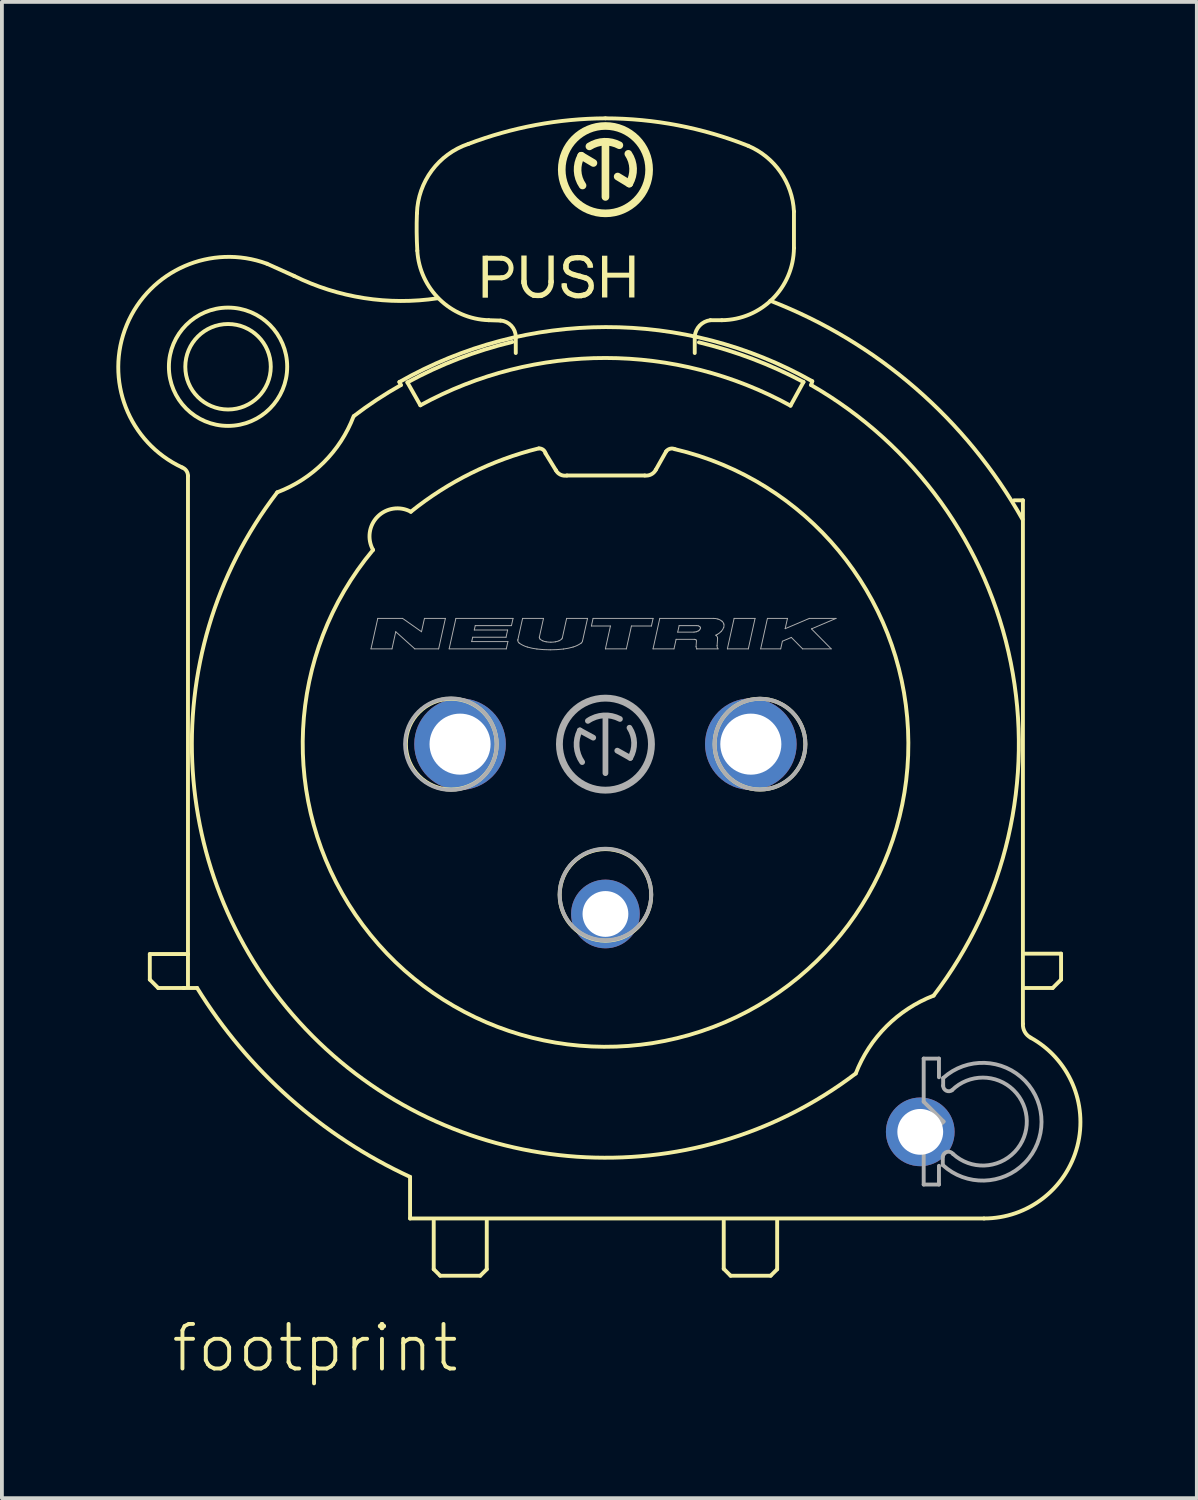
<source format=kicad_pcb>
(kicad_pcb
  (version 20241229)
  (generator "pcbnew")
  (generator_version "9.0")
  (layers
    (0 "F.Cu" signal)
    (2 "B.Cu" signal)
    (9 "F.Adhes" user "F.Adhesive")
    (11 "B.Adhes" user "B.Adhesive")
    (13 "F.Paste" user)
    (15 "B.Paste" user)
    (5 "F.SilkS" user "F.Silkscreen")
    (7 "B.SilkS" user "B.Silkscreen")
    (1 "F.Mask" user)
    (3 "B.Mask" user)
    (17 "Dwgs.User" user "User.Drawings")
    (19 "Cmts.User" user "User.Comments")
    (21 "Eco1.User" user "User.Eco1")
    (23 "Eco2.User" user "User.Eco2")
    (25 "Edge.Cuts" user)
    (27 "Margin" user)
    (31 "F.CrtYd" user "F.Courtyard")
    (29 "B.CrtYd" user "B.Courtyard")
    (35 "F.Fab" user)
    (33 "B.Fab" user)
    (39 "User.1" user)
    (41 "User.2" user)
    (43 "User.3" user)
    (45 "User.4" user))
  (footprint "footprint"
    (layer "F.Cu")
    (at 12.816 16.451)
    (property "Reference" "footprint" (at -11.43 16.51 0) (layer "F.SilkS") (effects (font (size 1.168 1.168) (thickness 0.102)) (justify left bottom)))
    (fp_line (start -11.94 5.5) (end -10.94 5.5) (stroke (width 0.102) (type solid)) (layer "F.SilkS"))
    (fp_line (start -11.94 6.17) (end -11.94 5.5) (stroke (width 0.102) (type solid)) (layer "F.SilkS"))
    (fp_line (start -11.72 6.39) (end -11.94 6.17) (stroke (width 0.102) (type solid)) (layer "F.SilkS"))
    (fp_line (start -11.05 6.39) (end -11.72 6.39) (stroke (width 0.102) (type solid)) (layer "F.SilkS"))
    (fp_line (start -11.05 6.39) (end -10.7 6.39) (stroke (width 0.102) (type solid)) (layer "F.SilkS"))
    (fp_line (start -11.04 6.39) (end -11.05 6.39) (stroke (width 0.102) (type solid)) (layer "F.SilkS"))
    (fp_line (start -10.94 5.5) (end -10.94 -7.03) (stroke (width 0.102) (type solid)) (layer "F.SilkS"))
    (fp_line (start -10.94 6.35) (end -10.94 5.52) (stroke (width 0.102) (type solid)) (layer "F.SilkS"))
    (fp_line (start -5.4 -9.49) (end -5.36 -9.41) (stroke (width 0.102) (type solid)) (layer "F.SilkS"))
    (fp_line (start -5.19 -9.48) (end -4.85 -8.88) (stroke (width 0.102) (type solid)) (layer "F.SilkS"))
    (fp_line (start -5.12 11.34) (end -5.12 12.43) (stroke (width 0.102) (type solid)) (layer "F.SilkS"))
    (fp_line (start -5.12 12.43) (end 9.92 12.43) (stroke (width 0.102) (type solid)) (layer "F.SilkS"))
    (fp_line (start -4.5 12.49) (end -4.5 13.76) (stroke (width 0.102) (type solid)) (layer "F.SilkS"))
    (fp_line (start -4.5 13.76) (end -4.33 13.93) (stroke (width 0.102) (type solid)) (layer "F.SilkS"))
    (fp_line (start -4.33 13.93) (end -3.28 13.93) (stroke (width 0.102) (type solid)) (layer "F.SilkS"))
    (fp_line (start -3.28 13.93) (end -3.11 13.76) (stroke (width 0.102) (type solid)) (layer "F.SilkS"))
    (fp_line (start -3.13 -12.735) (end -2.73 -12.735) (stroke (width 0.13) (type solid)) (layer "F.SilkS"))
    (fp_line (start -3.11 13.76) (end -3.11 12.47) (stroke (width 0.102) (type solid)) (layer "F.SilkS"))
    (fp_line (start -2.75 -11.1) (end -3.06 -11.11) (stroke (width 0.102) (type solid)) (layer "F.SilkS"))
    (fp_line (start -2.72 -12.22) (end -3.11 -12.22) (stroke (width 0.13) (type solid)) (layer "F.SilkS"))
    (fp_line (start -2.35 -10.25) (end -2.35 -10.67) (stroke (width 0.102) (type solid)) (layer "F.SilkS"))
    (fp_line (start -1.3 -7.18) (end -1.57 -7.62) (stroke (width 0.102) (type solid)) (layer "F.SilkS"))
    (fp_line (start -1.08 -12.01) (end -1.075 -11.985) (stroke (width 0.14) (type solid)) (layer "F.SilkS"))
    (fp_line (start -0.315 -15.23) (end -0.635 -15.42) (stroke (width 0.2) (type solid)) (layer "F.SilkS"))
    (fp_line (start 0 -14.34) (end 0 -15.73) (stroke (width 0.2) (type solid)) (layer "F.SilkS"))
    (fp_line (start 0.32 -14.875) (end 0.625 -14.69) (stroke (width 0.2) (type solid)) (layer "F.SilkS"))
    (fp_line (start 1.03 -7.04) (end -1.01 -7.04) (stroke (width 0.102) (type solid)) (layer "F.SilkS"))
    (fp_line (start 1.59 -7.67) (end 1.32 -7.19) (stroke (width 0.102) (type solid)) (layer "F.SilkS"))
    (fp_line (start 3.1 12.49) (end 3.1 13.75) (stroke (width 0.102) (type solid)) (layer "F.SilkS"))
    (fp_line (start 3.1 13.75) (end 3.28 13.93) (stroke (width 0.102) (type solid)) (layer "F.SilkS"))
    (fp_line (start 3.28 13.93) (end 4.33 13.93) (stroke (width 0.102) (type solid)) (layer "F.SilkS"))
    (fp_line (start 4.33 13.93) (end 4.5 13.76) (stroke (width 0.102) (type solid)) (layer "F.SilkS"))
    (fp_line (start 4.5 13.76) (end 4.5 12.48) (stroke (width 0.102) (type solid)) (layer "F.SilkS"))
    (fp_line (start 4.85 -8.87) (end 5.19 -9.49) (stroke (width 0.102) (type solid)) (layer "F.SilkS"))
    (fp_line (start 4.94 -13.96) (end 4.94 -13) (stroke (width 0.102) (type solid)) (layer "F.SilkS"))
    (fp_line (start 5.39 -9.41) (end 5.42 -9.51) (stroke (width 0.102) (type solid)) (layer "F.SilkS"))
    (fp_line (start 10.94 -6.39) (end 10.71 -6.39) (stroke (width 0.102) (type solid)) (layer "F.SilkS"))
    (fp_line (start 10.94 7.33) (end 10.94 -6.39) (stroke (width 0.102) (type solid)) (layer "F.SilkS"))
    (fp_line (start 10.99 6.39) (end 11.72 6.39) (stroke (width 0.102) (type solid)) (layer "F.SilkS"))
    (fp_line (start 11.72 6.39) (end 11.94 6.17) (stroke (width 0.102) (type solid)) (layer "F.SilkS"))
    (fp_line (start 11.94 5.49) (end 10.99 5.49) (stroke (width 0.102) (type solid)) (layer "F.SilkS"))
    (fp_line (start 11.94 6.17) (end 11.94 5.49) (stroke (width 0.102) (type solid)) (layer "F.SilkS"))
    (fp_arc (start -11.090001 -7.25) (mid -10.981063 -7.163139) (end -10.94 -7.03) (stroke (width 0.1016) (type solid)) (layer "F.SilkS"))
    (fp_arc (start -11.09 -7.25) (mid -12.543512 -10.985729) (end -8.87 -12.59) (stroke (width 0.1016) (type solid)) (layer "F.SilkS"))
    (fp_arc (start -8.87 -12.59) (mid -8.514255 -12.431652) (end -8.16 -12.27) (stroke (width 0.1016) (type solid)) (layer "F.SilkS"))
    (fp_arc (start -6.600001 -8.589999) (mid -7.385884 -7.379807) (end -8.6 -6.6) (stroke (width 0.1016) (type solid)) (layer "F.SilkS"))
    (fp_arc (start -6.59 -8.6) (mid -5.989419 -9.026896) (end -5.36 -9.41) (stroke (width 0.1016) (type solid)) (layer "F.SilkS"))
    (fp_arc (start -6.09 -5.09) (mid -5.970889 -5.96213) (end -5.1 -6.09) (stroke (width 0.1016) (type solid)) (layer "F.SilkS"))
    (fp_arc (start -5.4 -9.49) (mid 0.007357 -10.929608) (end 5.42 -9.51) (stroke (width 0.1016) (type solid)) (layer "F.SilkS"))
    (fp_arc (start -5.19 -9.48) (mid -3.849731 -10.100104) (end -2.44 -10.54) (stroke (width 0.1016) (type solid)) (layer "F.SilkS"))
    (fp_arc (start -5.12 11.34) (mid -8.274827 9.27626) (end -10.7 6.39) (stroke (width 0.1016) (type solid)) (layer "F.SilkS"))
    (fp_arc (start -5.1 -6.09) (mid -3.515654 -7.102947) (end -1.75 -7.75) (stroke (width 0.1016) (type solid)) (layer "F.SilkS"))
    (fp_arc (start -4.94 -13.91) (mid -4.550179 -15.031535) (end -3.589998 -15.73) (stroke (width 0.1016) (type solid)) (layer "F.SilkS"))
    (fp_arc (start -4.93 -12.93) (mid -4.946992 -13.419878) (end -4.94 -13.91) (stroke (width 0.1016) (type solid)) (layer "F.SilkS"))
    (fp_arc (start -4.85 -8.88) (mid 0.001283 -10.119665) (end 4.850001 -8.870001) (stroke (width 0.1016) (type solid)) (layer "F.SilkS"))
    (fp_arc (start -4.3995 -11.6841) (mid -6.324542 -11.689559) (end -8.16 -12.27) (stroke (width 0.1016) (type solid)) (layer "F.SilkS"))
    (fp_arc (start -3.59 -15.73) (mid -1.825069 -16.226116) (end 0 -16.4) (stroke (width 0.1016) (type solid)) (layer "F.SilkS"))
    (fp_arc (start -3.06 -11.11) (mid -4.347877 -11.657428) (end -4.929998 -12.93) (stroke (width 0.1016) (type solid)) (layer "F.SilkS"))
    (fp_arc (start -2.75 -11.1) (mid -2.465454 -10.963647) (end -2.35 -10.67) (stroke (width 0.1016) (type solid)) (layer "F.SilkS"))
    (fp_arc (start -2.73 -12.735) (mid -2.47245 -12.482404) (end -2.719998 -12.219998) (stroke (width 0.13) (type solid)) (layer "F.SilkS"))
    (fp_arc (start -1.88 -11.765) (mid -2.064528 -11.907658) (end -2.135 -12.13) (stroke (width 0.14) (type solid)) (layer "F.SilkS"))
    (fp_arc (start -1.739999 -7.749999) (mid -1.632374 -7.714587) (end -1.57 -7.62) (stroke (width 0.1016) (type solid)) (layer "F.SilkS"))
    (fp_arc (start -1.69 -11.76) (mid -1.785118 -11.758012) (end -1.88 -11.765) (stroke (width 0.14) (type solid)) (layer "F.SilkS"))
    (fp_arc (start -1.425 -12.13) (mid -1.491164 -11.897489) (end -1.69 -11.76) (stroke (width 0.14) (type solid)) (layer "F.SilkS"))
    (fp_arc (start -1.035 -12.545) (mid -1.023241 -12.602997) (end -0.994999 -12.655) (stroke (width 0.14) (type solid)) (layer "F.SilkS"))
    (fp_arc (start -1.035 -12.475) (mid -1.035897 -12.51) (end -1.035 -12.545) (stroke (width 0.14) (type solid)) (layer "F.SilkS"))
    (fp_arc (start -1.01 -7.04) (mid -1.178221 -7.061899) (end -1.299999 -7.18) (stroke (width 0.1016) (type solid)) (layer "F.SilkS"))
    (fp_arc (start -0.995 -12.655) (mid -0.944061 -12.70256) (end -0.88 -12.73) (stroke (width 0.14) (type solid)) (layer "F.SilkS"))
    (fp_arc (start -0.98 -12.375) (mid -1.018984 -12.418684) (end -1.035 -12.475001) (stroke (width 0.14) (type solid)) (layer "F.SilkS"))
    (fp_arc (start -0.945 -11.809999) (mid -1.02964 -11.88291) (end -1.075 -11.985) (stroke (width 0.14) (type solid)) (layer "F.SilkS"))
    (fp_arc (start -0.88 -12.73) (mid -0.805495 -12.743715) (end -0.73 -12.75) (stroke (width 0.14) (type solid)) (layer "F.SilkS"))
    (fp_arc (start -0.835 -12.305) (mid -0.91042 -12.33395) (end -0.98 -12.375) (stroke (width 0.14) (type solid)) (layer "F.SilkS"))
    (fp_arc (start -0.785 -11.755) (mid -0.867193 -11.776119) (end -0.945 -11.81) (stroke (width 0.14) (type solid)) (layer "F.SilkS"))
    (fp_arc (start -0.73 -12.75) (mid -0.654498 -12.747518) (end -0.58 -12.735) (stroke (width 0.14) (type solid)) (layer "F.SilkS"))
    (fp_arc (start -0.67 -12.26) (mid -0.752692 -12.281798) (end -0.835 -12.305) (stroke (width 0.14) (type solid)) (layer "F.SilkS"))
    (fp_arc (start -0.67 -12.26) (mid -0.592125 -12.238792) (end -0.515 -12.215) (stroke (width 0.14) (type solid)) (layer "F.SilkS"))
    (fp_arc (start -0.635 -11.755) (mid -0.71 -11.748536) (end -0.785 -11.755) (stroke (width 0.14) (type solid)) (layer "F.SilkS"))
    (fp_arc (start -0.600001 -14.640001) (mid -0.729534 -15.024974) (end -0.635 -15.42) (stroke (width 0.2) (type solid)) (layer "F.SilkS"))
    (fp_arc (start -0.58 -12.735) (mid -0.52536 -12.712732) (end -0.479999 -12.675) (stroke (width 0.14) (type solid)) (layer "F.SilkS"))
    (fp_arc (start -0.545 -11.775) (mid -0.589766 -11.763948) (end -0.635 -11.755) (stroke (width 0.14) (type solid)) (layer "F.SilkS"))
    (fp_arc (start -0.515 -12.214999) (mid -0.440004 -12.171082) (end -0.39 -12.1) (stroke (width 0.14) (type solid)) (layer "F.SilkS"))
    (fp_arc (start -0.48 -12.675) (mid -0.448393 -12.636205) (end -0.42 -12.595) (stroke (width 0.14) (type solid)) (layer "F.SilkS"))
    (fp_arc (start -0.42 -15.665) (mid -0.031557 -15.786174) (end 0.365001 -15.695) (stroke (width 0.2) (type solid)) (layer "F.SilkS"))
    (fp_arc (start -0.42 -12.595) (mid -0.409613 -12.577721) (end -0.4 -12.56) (stroke (width 0.14) (type solid)) (layer "F.SilkS"))
    (fp_arc (start -0.42 -11.865) (mid -0.474346 -11.808675) (end -0.545 -11.775) (stroke (width 0.14) (type solid)) (layer "F.SilkS"))
    (fp_arc (start -0.39 -12.1) (mid -0.372108 -12.017966) (end -0.385 -11.935) (stroke (width 0.14) (type solid)) (layer "F.SilkS"))
    (fp_arc (start -0.385 -11.935) (mid -0.40031 -11.898905) (end -0.42 -11.865) (stroke (width 0.14) (type solid)) (layer "F.SilkS"))
    (fp_arc (start 0 -16.4) (mid 1.903896 -16.21607) (end 3.74 -15.68) (stroke (width 0.1016) (type solid)) (layer "F.SilkS"))
    (fp_arc (start 0.6 -15.469999) (mid 0.725239 -15.083613) (end 0.625 -14.69) (stroke (width 0.2) (type solid)) (layer "F.SilkS"))
    (fp_arc (start 1.32 -7.19) (mid 1.198655 -7.069267) (end 1.03 -7.04) (stroke (width 0.1016) (type solid)) (layer "F.SilkS"))
    (fp_arc (start 1.59 -7.67) (mid 1.694294 -7.741041) (end 1.82 -7.73) (stroke (width 0.1016) (type solid)) (layer "F.SilkS"))
    (fp_arc (start 1.820001 -7.729999) (mid 2.514914 7.522132) (end -6.09 -5.09) (stroke (width 0.1016) (type solid)) (layer "F.SilkS"))
    (fp_arc (start 2.339999 -10.680001) (mid 2.468258 -10.968173) (end 2.75 -11.11) (stroke (width 0.1016) (type solid)) (layer "F.SilkS"))
    (fp_arc (start 2.34 -10.68) (mid 2.341373 -10.465) (end 2.34 -10.25) (stroke (width 0.1016) (type solid)) (layer "F.SilkS"))
    (fp_arc (start 2.45 -10.53) (mid 3.852843 -10.096528) (end 5.19 -9.49) (stroke (width 0.1016) (type solid)) (layer "F.SilkS"))
    (fp_arc (start 2.75 -11.11) (mid 2.9 -11.110782) (end 3.05 -11.11) (stroke (width 0.1016) (type solid)) (layer "F.SilkS"))
    (fp_arc (start 3.74 -15.68) (mid 4.587041 -14.992353) (end 4.94 -13.959999) (stroke (width 0.1016) (type solid)) (layer "F.SilkS"))
    (fp_arc (start 4.3216 -11.6192) (mid 8.124315 -9.329617) (end 10.929999 -5.89) (stroke (width 0.1016) (type solid)) (layer "F.SilkS"))
    (fp_arc (start 4.94 -13) (mid 4.380591 -11.669408) (end 3.049999 -11.109999) (stroke (width 0.1016) (type solid)) (layer "F.SilkS"))
    (fp_arc (start 5.390001 -9.409999) (mid 10.621564 -2.137578) (end 8.6 6.59) (stroke (width 0.1016) (type solid)) (layer "F.SilkS"))
    (fp_arc (start 6.559998 8.630002) (mid -7.680583 7.644968) (end -8.6 -6.6) (stroke (width 0.1016) (type solid)) (layer "F.SilkS"))
    (fp_arc (start 6.56 8.63) (mid 7.3644 7.3944) (end 8.6 6.59) (stroke (width 0.1016) (type solid)) (layer "F.SilkS"))
    (fp_arc (start 11.14 7.689999) (mid 12.367244 10.532876) (end 9.92 12.43) (stroke (width 0.1016) (type solid)) (layer "F.SilkS"))
    (fp_arc (start 11.14 7.69) (mid 10.988255 7.538747) (end 10.94 7.33) (stroke (width 0.1016) (type solid)) (layer "F.SilkS"))
    (fp_circle (center -9.89 -9.89) (end -8.77 -9.89) (stroke (width 0.102) (type solid)) (fill no) (layer "F.SilkS"))
    (fp_circle (center -9.89 -9.89) (end -8.34 -9.89) (stroke (width 0.102) (type solid)) (fill no) (layer "F.SilkS"))
    (fp_circle (center -4.04 0) (end -2.85 0) (stroke (width 0.102) (type solid)) (fill no) (layer "F.SilkS"))
    (fp_circle (center 0 -15.055) (end 1.145 -15.055) (stroke (width 0.2) (type solid)) (fill no) (layer "F.SilkS"))
    (fp_circle (center 0 3.95) (end 1.2 3.95) (stroke (width 0.102) (type solid)) (fill no) (layer "F.SilkS"))
    (fp_circle (center 4.05 0) (end 5.24 0) (stroke (width 0.102) (type solid)) (fill no) (layer "F.SilkS"))
    (fp_poly (pts (xy -3.22 -11.7) (xy -3.08 -11.7) (xy -3.08 -12.8) (xy -3.22 -12.8)) (stroke (width 0) (type solid)) (fill yes) (layer "F.SilkS"))
    (fp_poly (pts (xy -2.205 -12.06) (xy -2.065 -12.06) (xy -2.065 -12.805) (xy -2.205 -12.805)) (stroke (width 0) (type solid)) (fill yes) (layer "F.SilkS"))
    (fp_poly (pts (xy -1.495 -12.08) (xy -1.355 -12.08) (xy -1.355 -12.805) (xy -1.495 -12.805)) (stroke (width 0) (type solid)) (fill yes) (layer "F.SilkS"))
    (fp_poly (pts (xy -1.15 -12.025) (xy -1.01 -12.025) (xy -1.01 -12.075) (xy -1.15 -12.075)) (stroke (width 0) (type solid)) (fill yes) (layer "F.SilkS"))
    (fp_poly (pts (xy -0.47 -12.485) (xy -0.325 -12.485) (xy -0.325 -12.545) (xy -0.47 -12.545)) (stroke (width 0) (type solid)) (fill yes) (layer "F.SilkS"))
    (fp_poly (pts (xy -0.09 -11.705) (xy 0.05 -11.705) (xy 0.05 -12.8) (xy -0.09 -12.8)) (stroke (width 0) (type solid)) (fill yes) (layer "F.SilkS"))
    (fp_poly (pts (xy 0.035 -12.225) (xy 0.64 -12.225) (xy 0.64 -12.355) (xy 0.035 -12.355)) (stroke (width 0) (type solid)) (fill yes) (layer "F.SilkS"))
    (fp_poly (pts (xy 0.62 -11.705) (xy 0.76 -11.705) (xy 0.76 -12.805) (xy 0.62 -12.805)) (stroke (width 0) (type solid)) (fill yes) (layer "F.SilkS"))
    (fp_line (start -6.144 -2.497) (end -5.966 -3.296) (stroke (width 0.025) (type solid)) (layer "F.Fab"))
    (fp_line (start -6.144 -2.497) (end -5.594 -2.497) (stroke (width 0.025) (type solid)) (layer "F.Fab"))
    (fp_line (start -5.966 -3.296) (end -5.317 -3.296) (stroke (width 0.025) (type solid)) (layer "F.Fab"))
    (fp_line (start -5.594 -2.497) (end -5.495 -2.946) (stroke (width 0.025) (type solid)) (layer "F.Fab"))
    (fp_line (start -5.495 -2.946) (end -4.995 -2.497) (stroke (width 0.025) (type solid)) (layer "F.Fab"))
    (fp_line (start -5.317 -3.296) (end -4.82 -2.946) (stroke (width 0.025) (type solid)) (layer "F.Fab"))
    (fp_line (start -4.995 -2.497) (end -4.371 -2.497) (stroke (width 0.025) (type solid)) (layer "F.Fab"))
    (fp_line (start -4.82 -2.946) (end -4.743 -3.296) (stroke (width 0.025) (type solid)) (layer "F.Fab"))
    (fp_line (start -4.743 -3.296) (end -4.194 -3.296) (stroke (width 0.025) (type solid)) (layer "F.Fab"))
    (fp_line (start -4.371 -2.497) (end -4.194 -3.296) (stroke (width 0.025) (type solid)) (layer "F.Fab"))
    (fp_line (start -4.096 -2.497) (end -3.919 -3.296) (stroke (width 0.025) (type solid)) (layer "F.Fab"))
    (fp_line (start -4.096 -2.497) (end -2.598 -2.497) (stroke (width 0.025) (type solid)) (layer "F.Fab"))
    (fp_line (start -3.919 -3.296) (end -2.421 -3.296) (stroke (width 0.025) (type solid)) (layer "F.Fab"))
    (fp_line (start -3.505 -2.687) (end -3.479 -2.802) (stroke (width 0.025) (type solid)) (layer "F.Fab"))
    (fp_line (start -3.505 -2.687) (end -2.556 -2.687) (stroke (width 0.025) (type solid)) (layer "F.Fab"))
    (fp_line (start -3.479 -2.802) (end -2.605 -2.802) (stroke (width 0.025) (type solid)) (layer "F.Fab"))
    (fp_line (start -3.437 -2.991) (end -3.412 -3.106) (stroke (width 0.025) (type solid)) (layer "F.Fab"))
    (fp_line (start -3.437 -2.991) (end -2.563 -2.991) (stroke (width 0.025) (type solid)) (layer "F.Fab"))
    (fp_line (start -3.412 -3.106) (end -2.463 -3.106) (stroke (width 0.025) (type solid)) (layer "F.Fab"))
    (fp_line (start -2.605 -2.802) (end -2.563 -2.991) (stroke (width 0.025) (type solid)) (layer "F.Fab"))
    (fp_line (start -2.598 -2.497) (end -2.556 -2.687) (stroke (width 0.025) (type solid)) (layer "F.Fab"))
    (fp_line (start -2.463 -3.106) (end -2.421 -3.296) (stroke (width 0.025) (type solid)) (layer "F.Fab"))
    (fp_line (start -2.294 -2.741) (end -2.171 -3.296) (stroke (width 0.025) (type solid)) (layer "F.Fab"))
    (fp_line (start -2.171 -3.296) (end -1.623 -3.296) (stroke (width 0.025) (type solid)) (layer "F.Fab"))
    (fp_line (start -1.731 -2.81) (end -1.623 -3.296) (stroke (width 0.025) (type solid)) (layer "F.Fab"))
    (fp_line (start -1.13 -2.784) (end -1.017 -3.296) (stroke (width 0.025) (type solid)) (layer "F.Fab"))
    (fp_line (start -1.017 -3.296) (end -0.469 -3.296) (stroke (width 0.025) (type solid)) (layer "F.Fab"))
    (fp_line (start -0.67 -0.36) (end -0.32 -0.17) (stroke (width 0.15) (type solid)) (layer "F.Fab"))
    (fp_line (start -0.601 -2.702) (end -0.469 -3.296) (stroke (width 0.025) (type solid)) (layer "F.Fab"))
    (fp_line (start -0.368 -3.096) (end -0.324 -3.296) (stroke (width 0.025) (type solid)) (layer "F.Fab"))
    (fp_line (start -0.368 -3.096) (end 0.131 -3.096) (stroke (width 0.025) (type solid)) (layer "F.Fab"))
    (fp_line (start -0.324 -3.296) (end 1.249 -3.296) (stroke (width 0.025) (type solid)) (layer "F.Fab"))
    (fp_line (start -0.001 -2.497) (end 0.131 -3.096) (stroke (width 0.025) (type solid)) (layer "F.Fab"))
    (fp_line (start -0.001 -2.497) (end 0.548 -2.497) (stroke (width 0.025) (type solid)) (layer "F.Fab"))
    (fp_line (start 0 0.76) (end 0 -0.74) (stroke (width 0.15) (type solid)) (layer "F.Fab"))
    (fp_line (start 0.31 0.17) (end 0.65 0.36) (stroke (width 0.15) (type solid)) (layer "F.Fab"))
    (fp_line (start 0.548 -2.497) (end 0.681 -3.096) (stroke (width 0.025) (type solid)) (layer "F.Fab"))
    (fp_line (start 0.681 -3.096) (end 1.205 -3.096) (stroke (width 0.025) (type solid)) (layer "F.Fab"))
    (fp_line (start 1.205 -3.096) (end 1.249 -3.296) (stroke (width 0.025) (type solid)) (layer "F.Fab"))
    (fp_line (start 1.247 -2.497) (end 1.424 -3.296) (stroke (width 0.025) (type solid)) (layer "F.Fab"))
    (fp_line (start 1.247 -2.497) (end 1.796 -2.497) (stroke (width 0.025) (type solid)) (layer "F.Fab"))
    (fp_line (start 1.424 -3.296) (end 2.826 -3.296) (stroke (width 0.025) (type solid)) (layer "F.Fab"))
    (fp_line (start 1.796 -2.497) (end 1.852 -2.747) (stroke (width 0.025) (type solid)) (layer "F.Fab"))
    (fp_line (start 1.852 -2.747) (end 2.328 -2.747) (stroke (width 0.025) (type solid)) (layer "F.Fab"))
    (fp_line (start 1.894 -2.936) (end 1.931 -3.106) (stroke (width 0.025) (type solid)) (layer "F.Fab"))
    (fp_line (start 1.894 -2.936) (end 2.321 -2.936) (stroke (width 0.025) (type solid)) (layer "F.Fab"))
    (fp_line (start 1.931 -3.106) (end 2.394 -3.106) (stroke (width 0.025) (type solid)) (layer "F.Fab"))
    (fp_line (start 2.375 -2.561) (end 2.385 -2.707) (stroke (width 0.025) (type solid)) (layer "F.Fab"))
    (fp_line (start 2.394 -2.497) (end 2.394 -2.497) (stroke (width 0.025) (type solid)) (layer "F.Fab"))
    (fp_line (start 2.394 -2.497) (end 2.95 -2.497) (stroke (width 0.025) (type solid)) (layer "F.Fab"))
    (fp_line (start 2.926 -2.581) (end 2.939 -2.767) (stroke (width 0.025) (type solid)) (layer "F.Fab"))
    (fp_line (start 3.195 -2.497) (end 3.372 -3.296) (stroke (width 0.025) (type solid)) (layer "F.Fab"))
    (fp_line (start 3.195 -2.497) (end 3.744 -2.497) (stroke (width 0.025) (type solid)) (layer "F.Fab"))
    (fp_line (start 3.372 -3.296) (end 3.921 -3.296) (stroke (width 0.025) (type solid)) (layer "F.Fab"))
    (fp_line (start 3.744 -2.497) (end 3.921 -3.296) (stroke (width 0.025) (type solid)) (layer "F.Fab"))
    (fp_line (start 4.068 -2.497) (end 4.245 -3.296) (stroke (width 0.025) (type solid)) (layer "F.Fab"))
    (fp_line (start 4.068 -2.497) (end 4.593 -2.497) (stroke (width 0.025) (type solid)) (layer "F.Fab"))
    (fp_line (start 4.245 -3.296) (end 4.77 -3.296) (stroke (width 0.025) (type solid)) (layer "F.Fab"))
    (fp_line (start 4.593 -2.497) (end 4.637 -2.697) (stroke (width 0.025) (type solid)) (layer "F.Fab"))
    (fp_line (start 4.637 -2.697) (end 4.871 -2.797) (stroke (width 0.025) (type solid)) (layer "F.Fab"))
    (fp_line (start 4.71 -3.026) (end 4.77 -3.296) (stroke (width 0.025) (type solid)) (layer "F.Fab"))
    (fp_line (start 4.71 -3.026) (end 5.344 -3.296) (stroke (width 0.025) (type solid)) (layer "F.Fab"))
    (fp_line (start 4.871 -2.797) (end 5.167 -2.497) (stroke (width 0.025) (type solid)) (layer "F.Fab"))
    (fp_line (start 5.167 -2.497) (end 5.916 -2.497) (stroke (width 0.025) (type solid)) (layer "F.Fab"))
    (fp_line (start 5.344 -3.296) (end 6.043 -3.296) (stroke (width 0.025) (type solid)) (layer "F.Fab"))
    (fp_line (start 5.399 -3.021) (end 5.916 -2.497) (stroke (width 0.025) (type solid)) (layer "F.Fab"))
    (fp_line (start 5.399 -3.021) (end 6.043 -3.296) (stroke (width 0.025) (type solid)) (layer "F.Fab"))
    (fp_line (start 8.34 8.24) (end 8.34 9.37) (stroke (width 0.102) (type solid)) (layer "F.Fab"))
    (fp_line (start 8.34 8.24) (end 8.74 8.24) (stroke (width 0.102) (type solid)) (layer "F.Fab"))
    (fp_line (start 8.34 9.37) (end 8.86 9.89) (stroke (width 0.102) (type solid)) (layer "F.Fab"))
    (fp_line (start 8.34 10.41) (end 8.34 11.54) (stroke (width 0.102) (type solid)) (layer "F.Fab"))
    (fp_line (start 8.34 11.54) (end 8.74 11.54) (stroke (width 0.102) (type solid)) (layer "F.Fab"))
    (fp_line (start 8.74 8.24) (end 8.74 8.73) (stroke (width 0.102) (type solid)) (layer "F.Fab"))
    (fp_line (start 8.74 11.54) (end 8.74 11.05) (stroke (width 0.102) (type solid)) (layer "F.Fab"))
    (fp_line (start 8.84 11.03) (end 8.84 10.82) (stroke (width 0.102) (type solid)) (layer "F.Fab"))
    (fp_line (start 8.85 8.75) (end 8.85 8.95) (stroke (width 0.102) (type solid)) (layer "F.Fab"))
    (fp_line (start 8.86 9.89) (end 8.34 10.41) (stroke (width 0.102) (type solid)) (layer "F.Fab"))
    (fp_arc (start -2.2964 -2.7217) (mid -2.295867 -2.731456) (end -2.2943 -2.7411) (stroke (width 0.0254) (type solid)) (layer "F.Fab"))
    (fp_arc (start -2.2578 -2.6471) (mid -2.286121 -2.679718) (end -2.2963 -2.7217) (stroke (width 0.0254) (type solid)) (layer "F.Fab"))
    (fp_arc (start -2.0477 -2.5452) (mid -2.156985 -2.587418) (end -2.2578 -2.6471) (stroke (width 0.0254) (type solid)) (layer "F.Fab"))
    (fp_arc (start -1.796 -2.4932) (mid -1.922923 -2.514007) (end -2.0477 -2.5452) (stroke (width 0.0254) (type solid)) (layer "F.Fab"))
    (fp_arc (start -1.7326 -2.7966) (mid -1.732234 -2.803244) (end -1.7311 -2.8098) (stroke (width 0.0254) (type solid)) (layer "F.Fab"))
    (fp_arc (start -1.715901 -2.7561) (mid -1.728335 -2.774676) (end -1.7327 -2.7966) (stroke (width 0.0254) (type solid)) (layer "F.Fab"))
    (fp_arc (start -1.6443 -2.7083) (mid -1.682454 -2.728675) (end -1.7159 -2.7561) (stroke (width 0.0254) (type solid)) (layer "F.Fab"))
    (fp_arc (start -1.5538 -2.6822) (mid -1.599779 -2.692723) (end -1.6443 -2.7083) (stroke (width 0.0254) (type solid)) (layer "F.Fab"))
    (fp_arc (start -1.4474 -2.4721) (mid -1.62202 -2.477365) (end -1.796 -2.4932) (stroke (width 0.0254) (type solid)) (layer "F.Fab"))
    (fp_arc (start -1.4308 -2.6718) (mid -1.492521 -2.674388) (end -1.5538 -2.6822) (stroke (width 0.0254) (type solid)) (layer "F.Fab"))
    (fp_arc (start -1.3079 -2.6822) (mid -1.369129 -2.67439) (end -1.4308 -2.6718) (stroke (width 0.0254) (type solid)) (layer "F.Fab"))
    (fp_arc (start -1.2174 -2.7083) (mid -1.261921 -2.692723) (end -1.3079 -2.6822) (stroke (width 0.0254) (type solid)) (layer "F.Fab"))
    (fp_arc (start -1.1458 -2.7561) (mid -1.179246 -2.728674) (end -1.2174 -2.7083) (stroke (width 0.0254) (type solid)) (layer "F.Fab"))
    (fp_arc (start -1.1304 -2.783899) (mid -1.136132 -2.768909) (end -1.1458 -2.7561) (stroke (width 0.0254) (type solid)) (layer "F.Fab"))
    (fp_arc (start -1.0989 -2.4931) (mid -1.27283 -2.477266) (end -1.4474 -2.472) (stroke (width 0.0254) (type solid)) (layer "F.Fab"))
    (fp_arc (start -0.8472 -2.5452) (mid -0.971977 -2.514007) (end -1.0989 -2.4932) (stroke (width 0.0254) (type solid)) (layer "F.Fab"))
    (fp_arc (start -0.6371 -2.6471) (mid -0.737916 -2.587421) (end -0.8472 -2.5452) (stroke (width 0.0254) (type solid)) (layer "F.Fab"))
    (fp_arc (start -0.61 0.47) (mid -0.754745 0.063295) (end -0.670001 -0.359999) (stroke (width 0.15) (type solid)) (layer "F.Fab"))
    (fp_arc (start -0.6007 -2.7023) (mid -0.613738 -2.671296) (end -0.6371 -2.6471) (stroke (width 0.0254) (type solid)) (layer "F.Fab"))
    (fp_arc (start -0.46 -0.61) (mid -0.047007 -0.752716) (end 0.38 -0.66) (stroke (width 0.15) (type solid)) (layer "F.Fab"))
    (fp_arc (start 0.63 -0.429999) (mid 0.752066 -0.037837) (end 0.65 0.36) (stroke (width 0.15) (type solid)) (layer "F.Fab"))
    (fp_arc (start 2.3283 -2.7467) (mid 2.340566 -2.745829) (end 2.3526 -2.7433) (stroke (width 0.0254) (type solid)) (layer "F.Fab"))
    (fp_arc (start 2.3526 -2.7432) (mid 2.364222 -2.738519) (end 2.3746 -2.7315) (stroke (width 0.0254) (type solid)) (layer "F.Fab"))
    (fp_arc (start 2.3746 -2.7315) (mid 2.380482 -2.724772) (end 2.3841 -2.7166) (stroke (width 0.0254) (type solid)) (layer "F.Fab"))
    (fp_arc (start 2.3785 -2.9442) (mid 2.349756 -2.938398) (end 2.3205 -2.9364) (stroke (width 0.0254) (type solid)) (layer "F.Fab"))
    (fp_arc (start 2.3943 -2.497) (mid 2.380142 -2.527484) (end 2.375 -2.5607) (stroke (width 0.0254) (type solid)) (layer "F.Fab"))
    (fp_arc (start 2.3944 -3.1062) (mid 2.414793 -3.104721) (end 2.4348 -3.1005) (stroke (width 0.0254) (type solid)) (layer "F.Fab"))
    (fp_arc (start 2.4288 -2.9645) (mid 2.404263 -2.952875) (end 2.3785 -2.9443) (stroke (width 0.0254) (type solid)) (layer "F.Fab"))
    (fp_arc (start 2.4348 -3.1005) (mid 2.454244 -3.09272) (end 2.4716 -3.081) (stroke (width 0.0254) (type solid)) (layer "F.Fab"))
    (fp_arc (start 2.4641 -2.9914) (mid 2.447446 -2.976643) (end 2.4288 -2.9645) (stroke (width 0.0254) (type solid)) (layer "F.Fab"))
    (fp_arc (start 2.471599 -3.081) (mid 2.481397 -3.069754) (end 2.4874 -3.0561) (stroke (width 0.0254) (type solid)) (layer "F.Fab"))
    (fp_arc (start 2.4861 -3.0267) (mid 2.476985 -3.007875) (end 2.4641 -2.9914) (stroke (width 0.0254) (type solid)) (layer "F.Fab"))
    (fp_arc (start 2.4874 -3.056101) (mid 2.488998 -3.041301) (end 2.4861 -3.0267) (stroke (width 0.0254) (type solid)) (layer "F.Fab"))
    (fp_arc (start 2.8259 -3.296) (mid 2.886677 -3.291588) (end 2.9463 -3.279) (stroke (width 0.0254) (type solid)) (layer "F.Fab"))
    (fp_arc (start 2.8917 -2.8549) (mid 2.899191 -2.849485) (end 2.9064 -2.8437) (stroke (width 0.0254) (type solid)) (layer "F.Fab"))
    (fp_arc (start 2.9064 -2.8437) (mid 2.924646 -2.822802) (end 2.9358 -2.7974) (stroke (width 0.0254) (type solid)) (layer "F.Fab"))
    (fp_arc (start 2.9282 -2.8737) (mid 2.910094 -2.86407) (end 2.8917 -2.855) (stroke (width 0.0254) (type solid)) (layer "F.Fab"))
    (fp_arc (start 2.9358 -2.7974) (mid 2.93855 -2.782173) (end 2.9387 -2.7667) (stroke (width 0.0254) (type solid)) (layer "F.Fab"))
    (fp_arc (start 2.9463 -3.279) (mid 3.004211 -3.255758) (end 3.0559 -3.2208) (stroke (width 0.0254) (type solid)) (layer "F.Fab"))
    (fp_arc (start 2.950299 -2.497) (mid 2.930466 -2.536583) (end 2.9257 -2.5806) (stroke (width 0.0254) (type solid)) (layer "F.Fab"))
    (fp_arc (start 3.0334 -2.9539) (mid 2.983769 -2.909906) (end 2.9282 -2.8737) (stroke (width 0.0254) (type solid)) (layer "F.Fab"))
    (fp_arc (start 3.0559 -3.2208) (mid 3.085071 -3.187347) (end 3.1029 -3.1467) (stroke (width 0.0254) (type solid)) (layer "F.Fab"))
    (fp_arc (start 3.0992 -3.0591) (mid 3.071923 -3.002983) (end 3.0334 -2.9539) (stroke (width 0.0254) (type solid)) (layer "F.Fab"))
    (fp_arc (start 3.102899 -3.1467) (mid 3.107748 -3.102617) (end 3.0992 -3.0591) (stroke (width 0.0254) (type solid)) (layer "F.Fab"))
    (fp_arc (start 8.839998 10.809999) (mid 8.951546 10.684535) (end 9.11 10.74) (stroke (width 0.1016) (type solid)) (layer "F.Fab"))
    (fp_arc (start 8.85 8.75) (mid 11.428113 9.901329) (end 8.84 11.03) (stroke (width 0.1016) (type solid)) (layer "F.Fab"))
    (fp_arc (start 9.079998 9.069999) (mid 8.928572 9.079818) (end 8.85 8.95) (stroke (width 0.1016) (type solid)) (layer "F.Fab"))
    (fp_arc (start 9.08 9.07) (mid 11.041917 9.870025) (end 9.11 10.74) (stroke (width 0.1016) (type solid)) (layer "F.Fab"))
    (fp_circle (center -4.05 0) (end -2.85 0) (stroke (width 0.102) (type solid)) (fill no) (layer "F.Fab"))
    (fp_circle (center 0 0) (end 1.206 0) (stroke (width 0.18) (type solid)) (fill no) (layer "F.Fab"))
    (fp_circle (center 0 3.94) (end 1.2 3.94) (stroke (width 0.102) (type solid)) (fill no) (layer "F.Fab"))
    (fp_circle (center 4.05 0) (end 5.24 0) (stroke (width 0.102) (type solid)) (fill no) (layer "F.Fab"))
    (pad "1" thru_hole circle (at 3.81 0) (size 2.4 2.4) (drill 1.6) (layers "*.Cu" "*.Mask"))
    (pad "2" thru_hole circle (at -3.81 0) (size 2.4 2.4) (drill 1.6) (layers "*.Cu" "*.Mask"))
    (pad "3" thru_hole circle (at 0 4.45) (size 1.8 1.8) (drill 1.2) (layers "*.Cu" "*.Mask"))
    (pad "G" thru_hole circle (at 8.25 10.16) (size 1.8 1.8) (drill 1.2) (layers "*.Cu" "*.Mask")))
  (gr_rect
    (start -3 -3)
    (end 28.314 36.211)
    (stroke (width 0.1) (type default))
    (fill no)
    (layer "Edge.Cuts")))
</source>
